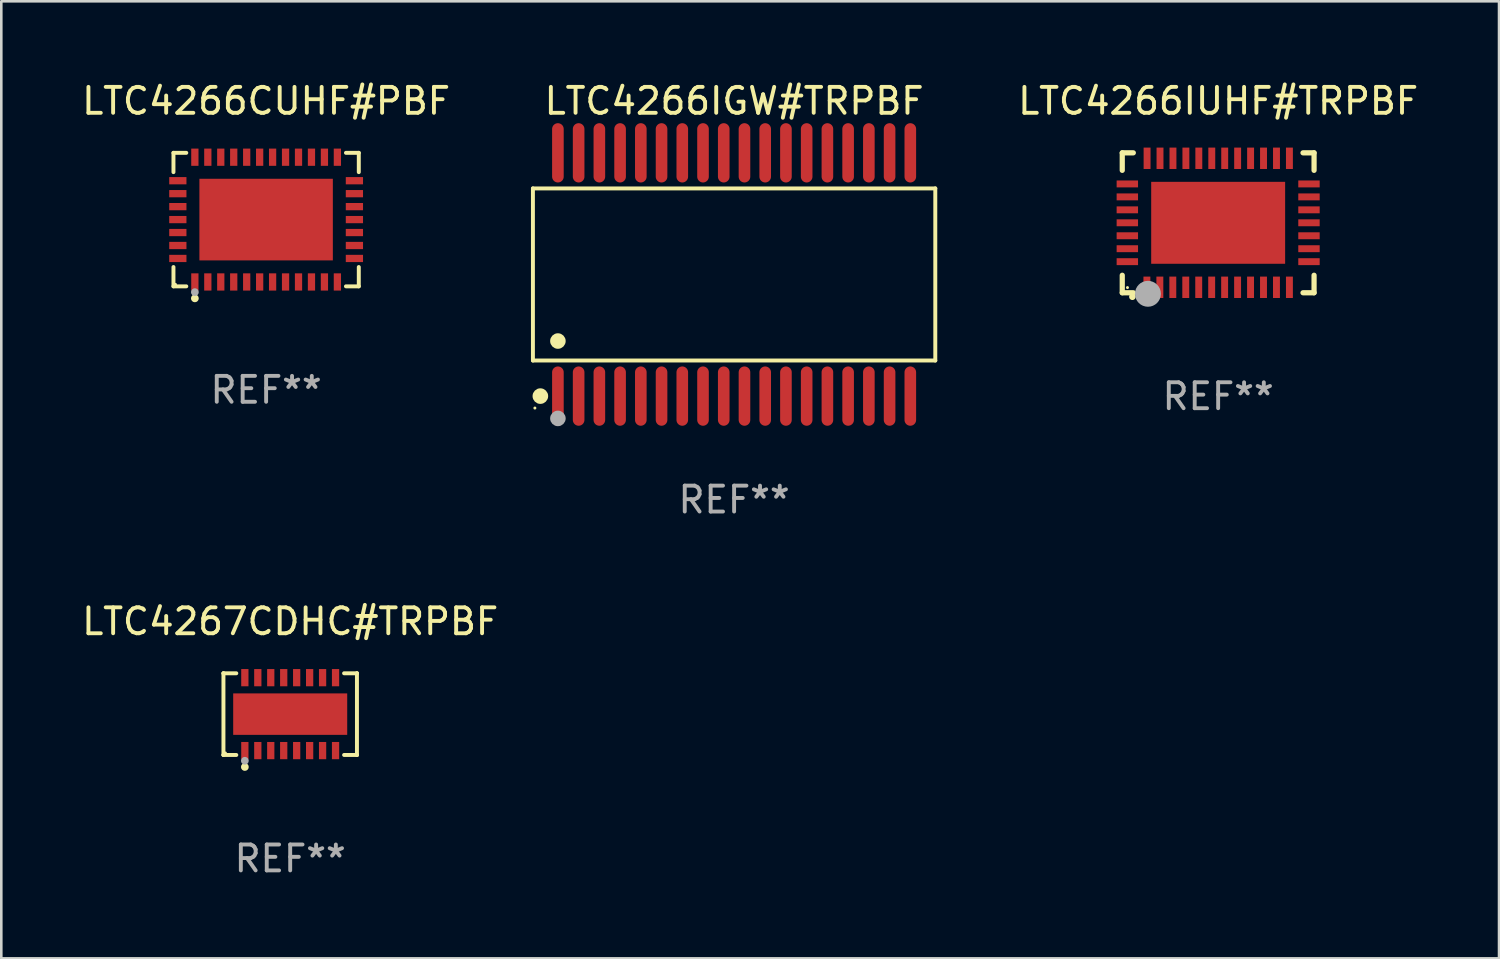
<source format=kicad_pcb>
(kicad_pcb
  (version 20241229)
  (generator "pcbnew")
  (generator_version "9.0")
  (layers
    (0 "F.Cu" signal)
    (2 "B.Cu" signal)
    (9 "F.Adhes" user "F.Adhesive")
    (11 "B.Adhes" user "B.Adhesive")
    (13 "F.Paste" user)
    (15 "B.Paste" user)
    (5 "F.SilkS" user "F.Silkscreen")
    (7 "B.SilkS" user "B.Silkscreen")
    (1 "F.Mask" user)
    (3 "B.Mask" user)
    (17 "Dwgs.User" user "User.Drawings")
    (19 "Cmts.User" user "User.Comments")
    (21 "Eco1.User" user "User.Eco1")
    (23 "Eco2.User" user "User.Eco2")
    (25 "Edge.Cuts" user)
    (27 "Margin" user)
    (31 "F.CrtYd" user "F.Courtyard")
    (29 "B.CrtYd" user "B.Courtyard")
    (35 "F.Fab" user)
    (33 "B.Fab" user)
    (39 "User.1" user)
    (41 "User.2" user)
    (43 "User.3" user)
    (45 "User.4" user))
  (footprint "LTC4266CUHF#PBF"
    (layer "F.Cu")
    (at 7.22 5.424)
    (property "Reference" "LTC4266CUHF#PBF" (at 0 -4.576 0) (layer "F.SilkS") (effects (font (size 1 1) (thickness 0.15))))
    (attr through_hole)
    (fp_line (start -3.576 -2.576) (end -3.081 -2.576) (stroke (width 0.152) (type solid)) (layer "F.SilkS"))
    (fp_line (start -3.576 -1.831) (end -3.576 -2.576) (stroke (width 0.152) (type solid)) (layer "F.SilkS"))
    (fp_line (start -3.576 1.831) (end -3.576 2.576) (stroke (width 0.152) (type solid)) (layer "F.SilkS"))
    (fp_line (start -3.576 2.576) (end -3.081 2.576) (stroke (width 0.152) (type solid)) (layer "F.SilkS"))
    (fp_line (start 3.576 -2.576) (end 3.081 -2.576) (stroke (width 0.152) (type solid)) (layer "F.SilkS"))
    (fp_line (start 3.576 -1.831) (end 3.576 -2.576) (stroke (width 0.152) (type solid)) (layer "F.SilkS"))
    (fp_line (start 3.576 1.831) (end 3.576 2.576) (stroke (width 0.152) (type solid)) (layer "F.SilkS"))
    (fp_line (start 3.576 2.576) (end 3.081 2.576) (stroke (width 0.152) (type solid)) (layer "F.SilkS"))
    (fp_circle (center -3.5 2.5) (end -3.47 2.5) (stroke (width 0.06) (type solid)) (fill no) (layer "F.SilkS"))
    (fp_circle (center -2.75 3.04) (end -2.675 3.04) (stroke (width 0.15) (type solid)) (fill no) (layer "F.SilkS"))
    (fp_circle (center -2.75 2.8) (end -2.675 2.8) (stroke (width 0.15) (type solid)) (fill no) (layer "F.Fab"))
    (fp_text user "REF**" (at 0 6.576 0) (layer "F.Fab") (effects (font (size 1 1) (thickness 0.15))))
    (pad "1" smd rect (at -2.75 2.407) (size 0.28 0.665) (layers "F.Cu" "F.Mask" "F.Paste"))
    (pad "2" smd rect (at -2.25 2.407) (size 0.28 0.665) (layers "F.Cu" "F.Mask" "F.Paste"))
    (pad "3" smd rect (at -1.75 2.407) (size 0.28 0.665) (layers "F.Cu" "F.Mask" "F.Paste"))
    (pad "4" smd rect (at -1.25 2.407) (size 0.28 0.665) (layers "F.Cu" "F.Mask" "F.Paste"))
    (pad "5" smd rect (at -0.75 2.407) (size 0.28 0.665) (layers "F.Cu" "F.Mask" "F.Paste"))
    (pad "6" smd rect (at -0.25 2.407) (size 0.28 0.665) (layers "F.Cu" "F.Mask" "F.Paste"))
    (pad "7" smd rect (at 0.25 2.407) (size 0.28 0.665) (layers "F.Cu" "F.Mask" "F.Paste"))
    (pad "8" smd rect (at 0.75 2.407) (size 0.28 0.665) (layers "F.Cu" "F.Mask" "F.Paste"))
    (pad "9" smd rect (at 1.25 2.407) (size 0.28 0.665) (layers "F.Cu" "F.Mask" "F.Paste"))
    (pad "10" smd rect (at 1.75 2.407) (size 0.28 0.665) (layers "F.Cu" "F.Mask" "F.Paste"))
    (pad "11" smd rect (at 2.25 2.407) (size 0.28 0.665) (layers "F.Cu" "F.Mask" "F.Paste"))
    (pad "12" smd rect (at 2.75 2.407) (size 0.28 0.665) (layers "F.Cu" "F.Mask" "F.Paste"))
    (pad "13" smd rect (at 3.407 1.5) (size 0.665 0.28) (layers "F.Cu" "F.Mask" "F.Paste"))
    (pad "14" smd rect (at 3.407 1) (size 0.665 0.28) (layers "F.Cu" "F.Mask" "F.Paste"))
    (pad "15" smd rect (at 3.407 0.5) (size 0.665 0.28) (layers "F.Cu" "F.Mask" "F.Paste"))
    (pad "16" smd rect (at 3.407 0) (size 0.665 0.28) (layers "F.Cu" "F.Mask" "F.Paste"))
    (pad "17" smd rect (at 3.407 -0.5) (size 0.665 0.28) (layers "F.Cu" "F.Mask" "F.Paste"))
    (pad "18" smd rect (at 3.407 -1) (size 0.665 0.28) (layers "F.Cu" "F.Mask" "F.Paste"))
    (pad "19" smd rect (at 3.407 -1.5) (size 0.665 0.28) (layers "F.Cu" "F.Mask" "F.Paste"))
    (pad "20" smd rect (at 2.75 -2.407) (size 0.28 0.665) (layers "F.Cu" "F.Mask" "F.Paste"))
    (pad "21" smd rect (at 2.25 -2.407) (size 0.28 0.665) (layers "F.Cu" "F.Mask" "F.Paste"))
    (pad "22" smd rect (at 1.75 -2.407) (size 0.28 0.665) (layers "F.Cu" "F.Mask" "F.Paste"))
    (pad "23" smd rect (at 1.25 -2.407) (size 0.28 0.665) (layers "F.Cu" "F.Mask" "F.Paste"))
    (pad "24" smd rect (at 0.75 -2.407) (size 0.28 0.665) (layers "F.Cu" "F.Mask" "F.Paste"))
    (pad "25" smd rect (at 0.25 -2.407) (size 0.28 0.665) (layers "F.Cu" "F.Mask" "F.Paste"))
    (pad "26" smd rect (at -0.25 -2.407) (size 0.28 0.665) (layers "F.Cu" "F.Mask" "F.Paste"))
    (pad "27" smd rect (at -0.75 -2.407) (size 0.28 0.665) (layers "F.Cu" "F.Mask" "F.Paste"))
    (pad "28" smd rect (at -1.25 -2.407) (size 0.28 0.665) (layers "F.Cu" "F.Mask" "F.Paste"))
    (pad "29" smd rect (at -1.75 -2.407) (size 0.28 0.665) (layers "F.Cu" "F.Mask" "F.Paste"))
    (pad "30" smd rect (at -2.25 -2.407) (size 0.28 0.665) (layers "F.Cu" "F.Mask" "F.Paste"))
    (pad "31" smd rect (at -2.75 -2.407) (size 0.28 0.665) (layers "F.Cu" "F.Mask" "F.Paste"))
    (pad "32" smd rect (at -3.407 -1.5) (size 0.665 0.28) (layers "F.Cu" "F.Mask" "F.Paste"))
    (pad "33" smd rect (at -3.407 -1) (size 0.665 0.28) (layers "F.Cu" "F.Mask" "F.Paste"))
    (pad "34" smd rect (at -3.407 -0.5) (size 0.665 0.28) (layers "F.Cu" "F.Mask" "F.Paste"))
    (pad "35" smd rect (at -3.407 0) (size 0.665 0.28) (layers "F.Cu" "F.Mask" "F.Paste"))
    (pad "36" smd rect (at -3.407 0.5) (size 0.665 0.28) (layers "F.Cu" "F.Mask" "F.Paste"))
    (pad "37" smd rect (at -3.407 1) (size 0.665 0.28) (layers "F.Cu" "F.Mask" "F.Paste"))
    (pad "38" smd rect (at -3.407 1.5) (size 0.665 0.28) (layers "F.Cu" "F.Mask" "F.Paste"))
    (pad "39" smd rect (at 0 0) (size 5.15 3.15) (layers "F.Cu" "F.Mask" "F.Paste")))
  (footprint "LTC4267CDHC#TRPBF"
    (layer "F.Cu")
    (at 8.149 24.509)
    (property "Reference" "LTC4267CDHC#TRPBF" (at 0 -3.576 0) (layer "F.SilkS") (effects (font (size 1 1) (thickness 0.15))))
    (attr through_hole)
    (fp_line (start -2.576 -1.576) (end -2.576 -1.576) (stroke (width 0.152) (type solid)) (layer "F.SilkS"))
    (fp_line (start -2.576 -1.576) (end -2.08 -1.576) (stroke (width 0.152) (type solid)) (layer "F.SilkS"))
    (fp_line (start -2.576 1.576) (end -2.576 -1.576) (stroke (width 0.152) (type solid)) (layer "F.SilkS"))
    (fp_line (start -2.576 1.576) (end -2.576 1.576) (stroke (width 0.152) (type solid)) (layer "F.SilkS"))
    (fp_line (start -2.08 1.576) (end -2.576 1.576) (stroke (width 0.152) (type solid)) (layer "F.SilkS"))
    (fp_line (start 2.08 1.576) (end 2.576 1.576) (stroke (width 0.152) (type solid)) (layer "F.SilkS"))
    (fp_line (start 2.576 -1.576) (end 2.08 -1.576) (stroke (width 0.152) (type solid)) (layer "F.SilkS"))
    (fp_line (start 2.576 -1.576) (end 2.576 -1.576) (stroke (width 0.152) (type solid)) (layer "F.SilkS"))
    (fp_line (start 2.576 1.576) (end 2.576 -1.576) (stroke (width 0.152) (type solid)) (layer "F.SilkS"))
    (fp_line (start 2.576 1.576) (end 2.576 1.576) (stroke (width 0.152) (type solid)) (layer "F.SilkS"))
    (fp_circle (center -2.5 1.5) (end -2.47 1.5) (stroke (width 0.06) (type solid)) (fill no) (layer "F.SilkS"))
    (fp_circle (center -1.75 2.04) (end -1.675 2.04) (stroke (width 0.15) (type solid)) (fill no) (layer "F.SilkS"))
    (fp_circle (center -1.75 1.8) (end -1.675 1.8) (stroke (width 0.15) (type solid)) (fill no) (layer "F.Fab"))
    (fp_text user "REF**" (at 0 5.576 0) (layer "F.Fab") (effects (font (size 1 1) (thickness 0.15))))
    (pad "1" smd rect (at -1.75 1.407) (size 0.28 0.665) (layers "F.Cu" "F.Mask" "F.Paste"))
    (pad "2" smd rect (at -1.25 1.407) (size 0.28 0.665) (layers "F.Cu" "F.Mask" "F.Paste"))
    (pad "3" smd rect (at -0.75 1.407) (size 0.28 0.665) (layers "F.Cu" "F.Mask" "F.Paste"))
    (pad "4" smd rect (at -0.25 1.407) (size 0.28 0.665) (layers "F.Cu" "F.Mask" "F.Paste"))
    (pad "5" smd rect (at 0.25 1.407) (size 0.28 0.665) (layers "F.Cu" "F.Mask" "F.Paste"))
    (pad "6" smd rect (at 0.75 1.407) (size 0.28 0.665) (layers "F.Cu" "F.Mask" "F.Paste"))
    (pad "7" smd rect (at 1.25 1.407) (size 0.28 0.665) (layers "F.Cu" "F.Mask" "F.Paste"))
    (pad "8" smd rect (at 1.75 1.407) (size 0.28 0.665) (layers "F.Cu" "F.Mask" "F.Paste"))
    (pad "9" smd rect (at 1.75 -1.407) (size 0.28 0.665) (layers "F.Cu" "F.Mask" "F.Paste"))
    (pad "10" smd rect (at 1.25 -1.407) (size 0.28 0.665) (layers "F.Cu" "F.Mask" "F.Paste"))
    (pad "11" smd rect (at 0.75 -1.407) (size 0.28 0.665) (layers "F.Cu" "F.Mask" "F.Paste"))
    (pad "12" smd rect (at 0.25 -1.407) (size 0.28 0.665) (layers "F.Cu" "F.Mask" "F.Paste"))
    (pad "13" smd rect (at -0.25 -1.407) (size 0.28 0.665) (layers "F.Cu" "F.Mask" "F.Paste"))
    (pad "14" smd rect (at -0.75 -1.407) (size 0.28 0.665) (layers "F.Cu" "F.Mask" "F.Paste"))
    (pad "15" smd rect (at -1.25 -1.407) (size 0.28 0.665) (layers "F.Cu" "F.Mask" "F.Paste"))
    (pad "16" smd rect (at -1.75 -1.407) (size 0.28 0.665) (layers "F.Cu" "F.Mask" "F.Paste"))
    (pad "17" smd rect (at 0 0) (size 4.4 1.6) (layers "F.Cu" "F.Mask" "F.Paste")))
  (footprint "LTC4266IGW#TRPBF"
    (layer "F.Cu")
    (at 25.28 7.542)
    (property "Reference" "LTC4266IGW#TRPBF" (at 0 -6.694 0) (layer "F.SilkS") (effects (font (size 1 1) (thickness 0.15))))
    (attr through_hole)
    (fp_line (start -7.764 -3.321) (end 7.764 -3.321) (stroke (width 0.152) (type solid)) (layer "F.SilkS"))
    (fp_line (start -7.764 3.321) (end -7.764 -3.321) (stroke (width 0.152) (type solid)) (layer "F.SilkS"))
    (fp_line (start 7.764 -3.321) (end 7.764 3.321) (stroke (width 0.152) (type solid)) (layer "F.SilkS"))
    (fp_line (start 7.764 3.321) (end -7.764 3.321) (stroke (width 0.152) (type solid)) (layer "F.SilkS"))
    (fp_circle (center -7.688 5.155) (end -7.658 5.155) (stroke (width 0.06) (type solid)) (fill no) (layer "F.SilkS"))
    (fp_circle (center -7.477 4.694) (end -7.326 4.694) (stroke (width 0.3) (type solid)) (fill no) (layer "F.SilkS"))
    (fp_circle (center -6.8 2.569) (end -6.65 2.569) (stroke (width 0.3) (type solid)) (fill no) (layer "F.SilkS"))
    (fp_circle (center -6.8 5.555) (end -6.65 5.555) (stroke (width 0.3) (type solid)) (fill no) (layer "F.Fab"))
    (fp_text user "REF**" (at 0 8.694 0) (layer "F.Fab") (effects (font (size 1 1) (thickness 0.15))))
    (pad "1" smd oval (at -6.8 4.694) (size 0.448 2.288) (layers "F.Cu" "F.Mask" "F.Paste"))
    (pad "2" smd oval (at -6 4.694) (size 0.448 2.288) (layers "F.Cu" "F.Mask" "F.Paste"))
    (pad "3" smd oval (at -5.2 4.694) (size 0.448 2.288) (layers "F.Cu" "F.Mask" "F.Paste"))
    (pad "4" smd oval (at -4.4 4.694) (size 0.448 2.288) (layers "F.Cu" "F.Mask" "F.Paste"))
    (pad "5" smd oval (at -3.6 4.694) (size 0.448 2.288) (layers "F.Cu" "F.Mask" "F.Paste"))
    (pad "6" smd oval (at -2.8 4.694) (size 0.448 2.288) (layers "F.Cu" "F.Mask" "F.Paste"))
    (pad "7" smd oval (at -2 4.694) (size 0.448 2.288) (layers "F.Cu" "F.Mask" "F.Paste"))
    (pad "8" smd oval (at -1.2 4.694) (size 0.448 2.288) (layers "F.Cu" "F.Mask" "F.Paste"))
    (pad "9" smd oval (at -0.4 4.694) (size 0.448 2.288) (layers "F.Cu" "F.Mask" "F.Paste"))
    (pad "10" smd oval (at 0.4 4.694) (size 0.448 2.288) (layers "F.Cu" "F.Mask" "F.Paste"))
    (pad "11" smd oval (at 1.2 4.694) (size 0.448 2.288) (layers "F.Cu" "F.Mask" "F.Paste"))
    (pad "12" smd oval (at 2 4.694) (size 0.448 2.288) (layers "F.Cu" "F.Mask" "F.Paste"))
    (pad "13" smd oval (at 2.8 4.694) (size 0.448 2.288) (layers "F.Cu" "F.Mask" "F.Paste"))
    (pad "14" smd oval (at 3.6 4.694) (size 0.448 2.288) (layers "F.Cu" "F.Mask" "F.Paste"))
    (pad "15" smd oval (at 4.4 4.694) (size 0.448 2.288) (layers "F.Cu" "F.Mask" "F.Paste"))
    (pad "16" smd oval (at 5.2 4.694) (size 0.448 2.288) (layers "F.Cu" "F.Mask" "F.Paste"))
    (pad "17" smd oval (at 6 4.694) (size 0.448 2.288) (layers "F.Cu" "F.Mask" "F.Paste"))
    (pad "18" smd oval (at 6.8 4.694) (size 0.448 2.288) (layers "F.Cu" "F.Mask" "F.Paste"))
    (pad "19" smd oval (at 6.8 -4.694) (size 0.448 2.288) (layers "F.Cu" "F.Mask" "F.Paste"))
    (pad "20" smd oval (at 6 -4.694) (size 0.448 2.288) (layers "F.Cu" "F.Mask" "F.Paste"))
    (pad "21" smd oval (at 5.2 -4.694) (size 0.448 2.288) (layers "F.Cu" "F.Mask" "F.Paste"))
    (pad "22" smd oval (at 4.4 -4.694) (size 0.448 2.288) (layers "F.Cu" "F.Mask" "F.Paste"))
    (pad "23" smd oval (at 3.6 -4.694) (size 0.448 2.288) (layers "F.Cu" "F.Mask" "F.Paste"))
    (pad "24" smd oval (at 2.8 -4.694) (size 0.448 2.288) (layers "F.Cu" "F.Mask" "F.Paste"))
    (pad "25" smd oval (at 2 -4.694) (size 0.448 2.288) (layers "F.Cu" "F.Mask" "F.Paste"))
    (pad "26" smd oval (at 1.2 -4.694) (size 0.448 2.288) (layers "F.Cu" "F.Mask" "F.Paste"))
    (pad "27" smd oval (at 0.4 -4.694) (size 0.448 2.288) (layers "F.Cu" "F.Mask" "F.Paste"))
    (pad "28" smd oval (at -0.4 -4.694) (size 0.448 2.288) (layers "F.Cu" "F.Mask" "F.Paste"))
    (pad "29" smd oval (at -1.2 -4.694) (size 0.448 2.288) (layers "F.Cu" "F.Mask" "F.Paste"))
    (pad "30" smd oval (at -2 -4.694) (size 0.448 2.288) (layers "F.Cu" "F.Mask" "F.Paste"))
    (pad "31" smd oval (at -2.8 -4.694) (size 0.448 2.288) (layers "F.Cu" "F.Mask" "F.Paste"))
    (pad "32" smd oval (at -3.6 -4.694) (size 0.448 2.288) (layers "F.Cu" "F.Mask" "F.Paste"))
    (pad "33" smd oval (at -4.4 -4.694) (size 0.448 2.288) (layers "F.Cu" "F.Mask" "F.Paste"))
    (pad "34" smd oval (at -5.2 -4.694) (size 0.448 2.288) (layers "F.Cu" "F.Mask" "F.Paste"))
    (pad "35" smd oval (at -6 -4.694) (size 0.448 2.288) (layers "F.Cu" "F.Mask" "F.Paste"))
    (pad "36" smd oval (at -6.8 -4.694) (size 0.448 2.288) (layers "F.Cu" "F.Mask" "F.Paste")))
  (footprint "LTC4266IUHF#TRPBF"
    (layer "F.Cu")
    (at 43.96 5.548)
    (property "Reference" "LTC4266IUHF#TRPBF" (at 0 -4.7 0) (layer "F.SilkS") (effects (font (size 1 1) (thickness 0.15))))
    (attr through_hole)
    (fp_line (start -3.701 -2.7) (end -3.274 -2.7) (stroke (width 0.201) (type solid)) (layer "F.SilkS"))
    (fp_line (start -3.701 -2.024) (end -3.701 -2.7) (stroke (width 0.201) (type solid)) (layer "F.SilkS"))
    (fp_line (start -3.701 2.7) (end -3.701 2.024) (stroke (width 0.201) (type solid)) (layer "F.SilkS"))
    (fp_line (start -3.274 2.7) (end -3.701 2.7) (stroke (width 0.201) (type solid)) (layer "F.SilkS"))
    (fp_line (start 3.274 2.7) (end 3.701 2.7) (stroke (width 0.201) (type solid)) (layer "F.SilkS"))
    (fp_line (start 3.701 -2.7) (end 3.274 -2.7) (stroke (width 0.201) (type solid)) (layer "F.SilkS"))
    (fp_line (start 3.701 -2.024) (end 3.701 -2.7) (stroke (width 0.201) (type solid)) (layer "F.SilkS"))
    (fp_line (start 3.701 2.7) (end 3.701 2.024) (stroke (width 0.201) (type solid)) (layer "F.SilkS"))
    (fp_arc (start -3.311278 2.85555) (mid -3.310008 2.855544) (end -3.308738 2.85555) (stroke (width 0.24892) (type solid)) (layer "F.SilkS"))
    (fp_circle (center -3.5 2.5) (end -3.47 2.5) (stroke (width 0.06) (type solid)) (fill no) (layer "F.SilkS"))
    (fp_circle (center -2.71 2.74) (end -2.46 2.74) (stroke (width 0.5) (type solid)) (fill no) (layer "F.Fab"))
    (fp_text user "REF**" (at 0 6.7 0) (layer "F.Fab") (effects (font (size 1 1) (thickness 0.15))))
    (pad "1" smd rect (at -2.75 2.489 180) (size 0.267 0.826) (layers "F.Cu" "F.Mask" "F.Paste"))
    (pad "2" smd rect (at -2.25 2.489 180) (size 0.267 0.826) (layers "F.Cu" "F.Mask" "F.Paste"))
    (pad "3" smd rect (at -1.75 2.489 180) (size 0.267 0.826) (layers "F.Cu" "F.Mask" "F.Paste"))
    (pad "4" smd rect (at -1.25 2.489 180) (size 0.267 0.826) (layers "F.Cu" "F.Mask" "F.Paste"))
    (pad "5" smd rect (at -0.75 2.489 180) (size 0.267 0.826) (layers "F.Cu" "F.Mask" "F.Paste"))
    (pad "6" smd rect (at -0.25 2.489 180) (size 0.267 0.826) (layers "F.Cu" "F.Mask" "F.Paste"))
    (pad "7" smd rect (at 0.25 2.489 180) (size 0.267 0.826) (layers "F.Cu" "F.Mask" "F.Paste"))
    (pad "8" smd rect (at 0.75 2.489 180) (size 0.267 0.826) (layers "F.Cu" "F.Mask" "F.Paste"))
    (pad "9" smd rect (at 1.25 2.489 180) (size 0.267 0.826) (layers "F.Cu" "F.Mask" "F.Paste"))
    (pad "10" smd rect (at 1.75 2.489 180) (size 0.267 0.826) (layers "F.Cu" "F.Mask" "F.Paste"))
    (pad "11" smd rect (at 2.25 2.489 180) (size 0.267 0.826) (layers "F.Cu" "F.Mask" "F.Paste"))
    (pad "12" smd rect (at 2.75 2.489 180) (size 0.267 0.826) (layers "F.Cu" "F.Mask" "F.Paste"))
    (pad "13" smd rect (at 3.505 1.5 90) (size 0.267 0.826) (layers "F.Cu" "F.Mask" "F.Paste"))
    (pad "14" smd rect (at 3.505 1 90) (size 0.267 0.826) (layers "F.Cu" "F.Mask" "F.Paste"))
    (pad "15" smd rect (at 3.505 0.5 90) (size 0.267 0.826) (layers "F.Cu" "F.Mask" "F.Paste"))
    (pad "16" smd rect (at 3.505 -0.000127 90) (size 0.267 0.826) (layers "F.Cu" "F.Mask" "F.Paste"))
    (pad "17" smd rect (at 3.505 -0.5 90) (size 0.267 0.826) (layers "F.Cu" "F.Mask" "F.Paste"))
    (pad "18" smd rect (at 3.505 -1 90) (size 0.267 0.826) (layers "F.Cu" "F.Mask" "F.Paste"))
    (pad "19" smd rect (at 3.505 -1.5 90) (size 0.267 0.826) (layers "F.Cu" "F.Mask" "F.Paste"))
    (pad "20" smd rect (at 2.75 -2.489 180) (size 0.267 0.826) (layers "F.Cu" "F.Mask" "F.Paste"))
    (pad "21" smd rect (at 2.251 -2.489 180) (size 0.267 0.826) (layers "F.Cu" "F.Mask" "F.Paste"))
    (pad "22" smd rect (at 1.751 -2.489 180) (size 0.267 0.826) (layers "F.Cu" "F.Mask" "F.Paste"))
    (pad "23" smd rect (at 1.252 -2.489 180) (size 0.267 0.826) (layers "F.Cu" "F.Mask" "F.Paste"))
    (pad "24" smd rect (at 0.752 -2.489 180) (size 0.267 0.826) (layers "F.Cu" "F.Mask" "F.Paste"))
    (pad "25" smd rect (at 0.253 -2.489 180) (size 0.267 0.826) (layers "F.Cu" "F.Mask" "F.Paste"))
    (pad "26" smd rect (at -0.246 -2.489 180) (size 0.267 0.826) (layers "F.Cu" "F.Mask" "F.Paste"))
    (pad "27" smd rect (at -0.746 -2.489 180) (size 0.267 0.826) (layers "F.Cu" "F.Mask" "F.Paste"))
    (pad "28" smd rect (at -1.245 -2.489 180) (size 0.267 0.826) (layers "F.Cu" "F.Mask" "F.Paste"))
    (pad "29" smd rect (at -1.744 -2.489 180) (size 0.267 0.826) (layers "F.Cu" "F.Mask" "F.Paste"))
    (pad "30" smd rect (at -2.244 -2.489 180) (size 0.267 0.826) (layers "F.Cu" "F.Mask" "F.Paste"))
    (pad "31" smd rect (at -2.743 -2.489 180) (size 0.267 0.826) (layers "F.Cu" "F.Mask" "F.Paste"))
    (pad "32" smd rect (at -3.505 -1.5 90) (size 0.267 0.826) (layers "F.Cu" "F.Mask" "F.Paste"))
    (pad "33" smd rect (at -3.505 -1 90) (size 0.267 0.826) (layers "F.Cu" "F.Mask" "F.Paste"))
    (pad "34" smd rect (at -3.505 -0.5 90) (size 0.267 0.826) (layers "F.Cu" "F.Mask" "F.Paste"))
    (pad "35" smd rect (at -3.505 -0.000127 90) (size 0.267 0.826) (layers "F.Cu" "F.Mask" "F.Paste"))
    (pad "36" smd rect (at -3.505 0.5 90) (size 0.267 0.826) (layers "F.Cu" "F.Mask" "F.Paste"))
    (pad "37" smd rect (at -3.505 1 90) (size 0.267 0.826) (layers "F.Cu" "F.Mask" "F.Paste"))
    (pad "38" smd rect (at -3.505 1.5 90) (size 0.267 0.826) (layers "F.Cu" "F.Mask" "F.Paste"))
    (pad "39" smd rect (at 0.000127 0.000127 90) (size 3.162 5.169) (layers "F.Cu" "F.Mask" "F.Paste")))
  (gr_rect
    (start -3 -3)
    (end 54.799 33.933)
    (stroke (width 0.1) (type default))
    (fill no)
    (layer "Edge.Cuts")))
</source>
